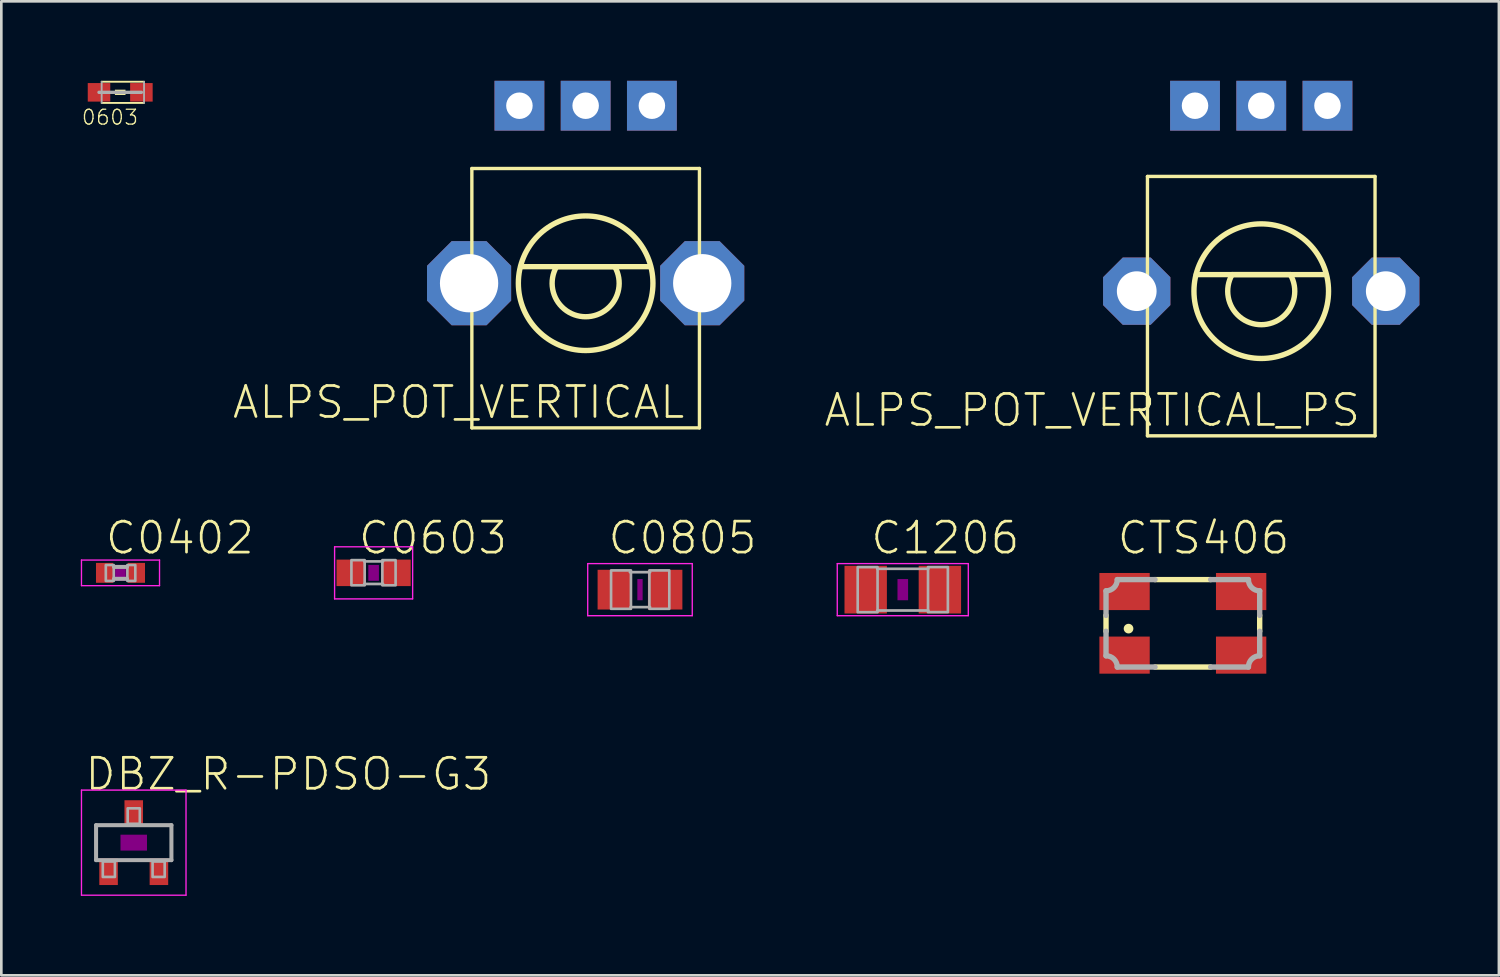
<source format=kicad_pcb>
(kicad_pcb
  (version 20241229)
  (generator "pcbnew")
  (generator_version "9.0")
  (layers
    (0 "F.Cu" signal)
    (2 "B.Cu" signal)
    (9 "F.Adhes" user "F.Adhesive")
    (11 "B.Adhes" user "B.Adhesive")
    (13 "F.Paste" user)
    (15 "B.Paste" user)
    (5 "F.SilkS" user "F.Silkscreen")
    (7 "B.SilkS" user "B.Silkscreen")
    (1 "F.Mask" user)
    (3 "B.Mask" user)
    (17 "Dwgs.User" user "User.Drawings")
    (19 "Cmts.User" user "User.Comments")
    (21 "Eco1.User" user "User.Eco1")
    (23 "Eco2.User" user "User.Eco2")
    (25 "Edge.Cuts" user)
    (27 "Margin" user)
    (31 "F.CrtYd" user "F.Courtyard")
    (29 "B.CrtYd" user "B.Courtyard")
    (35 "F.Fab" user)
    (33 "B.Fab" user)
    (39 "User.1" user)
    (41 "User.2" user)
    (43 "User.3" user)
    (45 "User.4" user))
  (footprint "C1206"
    (layer "F.Cu")
    (at 31.025 19.206)
    (property "Reference" "C1206" (at -1.27 -1.27 0) (layer "F.SilkS") (effects (font (size 1.168 1.168) (thickness 0.102)) (justify left bottom)))
    (fp_poly (pts (xy -0.2 0.4) (xy 0.2 0.4) (xy 0.2 -0.4) (xy -0.2 -0.4)) (stroke (width 0) (type solid)) (fill yes) (layer "F.Adhes"))
    (fp_line (start -2.473 -0.983) (end 2.473 -0.983) (stroke (width 0.051) (type solid)) (layer "F.CrtYd"))
    (fp_line (start -2.473 0.983) (end -2.473 -0.983) (stroke (width 0.051) (type solid)) (layer "F.CrtYd"))
    (fp_line (start 2.473 -0.983) (end 2.473 0.983) (stroke (width 0.051) (type solid)) (layer "F.CrtYd"))
    (fp_line (start 2.473 0.983) (end -2.473 0.983) (stroke (width 0.051) (type solid)) (layer "F.CrtYd"))
    (fp_line (start -0.965 -0.787) (end 0.965 -0.787) (stroke (width 0.102) (type solid)) (layer "F.Fab"))
    (fp_line (start -0.965 0.787) (end 0.965 0.787) (stroke (width 0.102) (type solid)) (layer "F.Fab"))
    (fp_poly (pts (xy -1.702 0.851) (xy -0.952 0.851) (xy -0.952 -0.849) (xy -1.702 -0.849)) (stroke (width 0.1) (type solid)) (fill no) (layer "F.Fab"))
    (fp_poly (pts (xy 0.952 0.849) (xy 1.702 0.849) (xy 1.702 -0.851) (xy 0.952 -0.851)) (stroke (width 0.1) (type solid)) (fill no) (layer "F.Fab"))
    (pad "1" smd rect (at -1.4 0) (size 1.6 1.8) (layers "F.Cu" "F.Mask" "F.Paste"))
    (pad "2" smd rect (at 1.4 0) (size 1.6 1.8) (layers "F.Cu" "F.Mask" "F.Paste")))
  (footprint "C0603"
    (layer "F.Cu")
    (at 11.052 18.572)
    (property "Reference" "C0603" (at -0.635 -0.635 0) (layer "F.SilkS") (effects (font (size 1.168 1.168) (thickness 0.102)) (justify left bottom)))
    (fp_poly (pts (xy -0.2 0.3) (xy 0.2 0.3) (xy 0.2 -0.3) (xy -0.2 -0.3)) (stroke (width 0) (type solid)) (fill yes) (layer "F.Adhes"))
    (fp_line (start -1.473 -0.983) (end 1.473 -0.983) (stroke (width 0.051) (type solid)) (layer "F.CrtYd"))
    (fp_line (start -1.473 0.983) (end -1.473 -0.983) (stroke (width 0.051) (type solid)) (layer "F.CrtYd"))
    (fp_line (start 1.473 -0.983) (end 1.473 0.983) (stroke (width 0.051) (type solid)) (layer "F.CrtYd"))
    (fp_line (start 1.473 0.983) (end -1.473 0.983) (stroke (width 0.051) (type solid)) (layer "F.CrtYd"))
    (fp_line (start -0.356 -0.432) (end 0.356 -0.432) (stroke (width 0.102) (type solid)) (layer "F.Fab"))
    (fp_line (start -0.356 0.419) (end 0.356 0.419) (stroke (width 0.102) (type solid)) (layer "F.Fab"))
    (fp_poly (pts (xy -0.838 0.47) (xy -0.338 0.47) (xy -0.338 -0.48) (xy -0.838 -0.48)) (stroke (width 0.1) (type solid)) (fill no) (layer "F.Fab"))
    (fp_poly (pts (xy 0.33 0.47) (xy 0.83 0.47) (xy 0.83 -0.48) (xy 0.33 -0.48)) (stroke (width 0.1) (type solid)) (fill no) (layer "F.Fab"))
    (pad "1" smd rect (at -0.85 0) (size 1.1 1) (layers "F.Cu" "F.Mask" "F.Paste"))
    (pad "2" smd rect (at 0.85 0) (size 1.1 1) (layers "F.Cu" "F.Mask" "F.Paste")))
  (footprint "DBZ_R-PDSO-G3"
    (layer "F.Cu")
    (at 1.998 28.755)
    (property "Reference" "DBZ_R-PDSO-G3" (at -1.905 -1.905 0) (layer "F.SilkS") (effects (font (size 1.168 1.168) (thickness 0.102)) (justify left bottom)))
    (fp_poly (pts (xy -0.5 0.3) (xy 0.5 0.3) (xy 0.5 -0.3) (xy -0.5 -0.3)) (stroke (width 0) (type solid)) (fill yes) (layer "F.Adhes"))
    (fp_line (start -1.973 -1.983) (end 1.973 -1.983) (stroke (width 0.051) (type solid)) (layer "F.CrtYd"))
    (fp_line (start -1.973 1.983) (end -1.973 -1.983) (stroke (width 0.051) (type solid)) (layer "F.CrtYd"))
    (fp_line (start 1.973 -1.983) (end 1.973 1.983) (stroke (width 0.051) (type solid)) (layer "F.CrtYd"))
    (fp_line (start 1.973 1.983) (end -1.973 1.983) (stroke (width 0.051) (type solid)) (layer "F.CrtYd"))
    (fp_line (start -1.422 -0.66) (end 1.422 -0.66) (stroke (width 0.152) (type solid)) (layer "F.Fab"))
    (fp_line (start -1.422 0.66) (end -1.422 -0.66) (stroke (width 0.152) (type solid)) (layer "F.Fab"))
    (fp_line (start 1.422 -0.66) (end 1.422 0.66) (stroke (width 0.152) (type solid)) (layer "F.Fab"))
    (fp_line (start 1.422 0.66) (end -1.422 0.66) (stroke (width 0.152) (type solid)) (layer "F.Fab"))
    (fp_poly (pts (xy -1.168 1.295) (xy -0.711 1.295) (xy -0.711 0.711) (xy -1.168 0.711)) (stroke (width 0.1) (type solid)) (fill no) (layer "F.Fab"))
    (fp_poly (pts (xy -0.229 -0.711) (xy 0.229 -0.711) (xy 0.229 -1.295) (xy -0.229 -1.295)) (stroke (width 0.1) (type solid)) (fill no) (layer "F.Fab"))
    (fp_poly (pts (xy 0.711 1.295) (xy 1.168 1.295) (xy 1.168 0.711) (xy 0.711 0.711)) (stroke (width 0.1) (type solid)) (fill no) (layer "F.Fab"))
    (pad "1" smd rect (at -0.95 1.1) (size 0.7 1) (layers "F.Cu" "F.Mask" "F.Paste"))
    (pad "2" smd rect (at 0.95 1.1) (size 0.7 1) (layers "F.Cu" "F.Mask" "F.Paste"))
    (pad "3" smd rect (at 0 -1.1) (size 0.7 1) (layers "F.Cu" "F.Mask" "F.Paste")))
  (footprint "ALPS_POT_VERTICAL"
    (layer "F.Cu")
    (at 19.055 7.64)
    (property "Reference" "ALPS_POT_VERTICAL" (at 3.81 3.81 0) (layer "F.SilkS") (effects (font (size 1.168 1.168) (thickness 0.102)) (justify right top)))
    (fp_line (start -4.295 -4.33) (end 4.295 -4.33) (stroke (width 0.127) (type solid)) (layer "F.SilkS"))
    (fp_line (start -4.295 5.46) (end -4.295 -4.33) (stroke (width 0.127) (type solid)) (layer "F.SilkS"))
    (fp_line (start -2.45 -0.625) (end 2.425 -0.625) (stroke (width 0.203) (type solid)) (layer "F.SilkS"))
    (fp_line (start -1.1 -0.625) (end 1.1 -0.625) (stroke (width 0.203) (type solid)) (layer "F.SilkS"))
    (fp_line (start 4.295 -4.33) (end 4.295 5.46) (stroke (width 0.127) (type solid)) (layer "F.SilkS"))
    (fp_line (start 4.295 5.46) (end -4.295 5.46) (stroke (width 0.127) (type solid)) (layer "F.SilkS"))
    (fp_arc (start 1.1 -0.625) (mid 0 1.265158) (end -1.1 -0.625) (stroke (width 0.2032) (type solid)) (layer "F.SilkS"))
    (fp_circle (center 0 0) (end 2.54 0) (stroke (width 0.203) (type solid)) (fill no) (layer "F.SilkS"))
    (pad "P$1" thru_hole rect (at -2.5 -6.7 270) (size 1.88 1.88) (drill 1) (layers "*.Cu" "*.Mask"))
    (pad "P$2" thru_hole rect (at 0 -6.7 270) (size 1.88 1.88) (drill 1) (layers "*.Cu" "*.Mask"))
    (pad "P$3" thru_hole rect (at 2.5 -6.7 270) (size 1.88 1.88) (drill 1) (layers "*.Cu" "*.Mask"))
    (pad "P$4" thru_hole roundrect (at -4.4 0 270) (size 3.175 3.175) (drill 2.2) (layers "*.Cu" "*.Mask") (roundrect_rratio 0.25) (chamfer_ratio 0.293) (chamfer top_left top_right bottom_left bottom_right))
    (pad "P$5" thru_hole roundrect (at 4.4 0 270) (size 3.175 3.175) (drill 2.2) (layers "*.Cu" "*.Mask") (roundrect_rratio 0.25) (chamfer_ratio 0.293) (chamfer top_left top_right bottom_left bottom_right)))
  (footprint "ALPS_POT_VERTICAL_PS"
    (layer "F.Cu")
    (at 44.555 7.94)
    (property "Reference" "ALPS_POT_VERTICAL_PS" (at 3.81 3.81 0) (layer "F.SilkS") (effects (font (size 1.168 1.168) (thickness 0.102)) (justify right top)))
    (fp_line (start -4.295 -4.33) (end 4.295 -4.33) (stroke (width 0.127) (type solid)) (layer "F.SilkS"))
    (fp_line (start -4.295 5.46) (end -4.295 -4.33) (stroke (width 0.127) (type solid)) (layer "F.SilkS"))
    (fp_line (start -2.45 -0.625) (end 2.425 -0.625) (stroke (width 0.203) (type solid)) (layer "F.SilkS"))
    (fp_line (start -1.1 -0.625) (end 1.1 -0.625) (stroke (width 0.203) (type solid)) (layer "F.SilkS"))
    (fp_line (start 4.295 -4.33) (end 4.295 5.46) (stroke (width 0.127) (type solid)) (layer "F.SilkS"))
    (fp_line (start 4.295 5.46) (end -4.295 5.46) (stroke (width 0.127) (type solid)) (layer "F.SilkS"))
    (fp_arc (start 1.1 -0.625) (mid 0 1.265158) (end -1.1 -0.625) (stroke (width 0.2032) (type solid)) (layer "F.SilkS"))
    (fp_circle (center 0 0) (end 2.54 0) (stroke (width 0.203) (type solid)) (fill no) (layer "F.SilkS"))
    (pad "P$1" thru_hole rect (at -2.5 -7 270) (size 1.88 1.88) (drill 1) (layers "*.Cu" "*.Mask"))
    (pad "P$2" thru_hole rect (at 0 -7 270) (size 1.88 1.88) (drill 1) (layers "*.Cu" "*.Mask"))
    (pad "P$3" thru_hole rect (at 2.5 -7 270) (size 1.88 1.88) (drill 1) (layers "*.Cu" "*.Mask"))
    (pad "P$4" thru_hole roundrect (at -4.7 0 270) (size 2.54 2.54) (drill 1.5) (layers "*.Cu" "*.Mask") (roundrect_rratio 0.25) (chamfer_ratio 0.293) (chamfer top_left top_right bottom_left bottom_right))
    (pad "P$5" thru_hole roundrect (at 4.7 0 270) (size 2.54 2.54) (drill 1.5) (layers "*.Cu" "*.Mask") (roundrect_rratio 0.25) (chamfer_ratio 0.293) (chamfer top_left top_right bottom_left bottom_right)))
  (footprint "C0805"
    (layer "F.Cu")
    (at 21.106 19.206)
    (property "Reference" "C0805" (at -1.27 -1.27 0) (layer "F.SilkS") (effects (font (size 1.168 1.168) (thickness 0.102)) (justify left bottom)))
    (fp_poly (pts (xy -0.1 0.4) (xy 0.1 0.4) (xy 0.1 -0.4) (xy -0.1 -0.4)) (stroke (width 0) (type solid)) (fill yes) (layer "F.Adhes"))
    (fp_line (start -1.973 -0.983) (end 1.973 -0.983) (stroke (width 0.051) (type solid)) (layer "F.CrtYd"))
    (fp_line (start -1.973 0.983) (end -1.973 -0.983) (stroke (width 0.051) (type solid)) (layer "F.CrtYd"))
    (fp_line (start 1.973 -0.983) (end 1.973 0.983) (stroke (width 0.051) (type solid)) (layer "F.CrtYd"))
    (fp_line (start 1.973 0.983) (end -1.973 0.983) (stroke (width 0.051) (type solid)) (layer "F.CrtYd"))
    (fp_line (start -0.381 -0.66) (end 0.381 -0.66) (stroke (width 0.102) (type solid)) (layer "F.Fab"))
    (fp_line (start -0.356 0.66) (end 0.381 0.66) (stroke (width 0.102) (type solid)) (layer "F.Fab"))
    (fp_poly (pts (xy -1.092 0.724) (xy -0.342 0.724) (xy -0.342 -0.726) (xy -1.092 -0.726)) (stroke (width 0.1) (type solid)) (fill no) (layer "F.Fab"))
    (fp_poly (pts (xy 0.356 0.724) (xy 1.106 0.724) (xy 1.106 -0.726) (xy 0.356 -0.726)) (stroke (width 0.1) (type solid)) (fill no) (layer "F.Fab"))
    (pad "1" smd rect (at -0.95 0) (size 1.3 1.5) (layers "F.Cu" "F.Mask" "F.Paste"))
    (pad "2" smd rect (at 0.95 0) (size 1.3 1.5) (layers "F.Cu" "F.Mask" "F.Paste")))
  (footprint "CTS406"
    (layer "F.Cu")
    (at 41.596 20.477)
    (property "Reference" "CTS406" (at -2.54 -2.54 0) (layer "F.SilkS") (effects (font (size 1.168 1.168) (thickness 0.102)) (justify left bottom)))
    (fp_line (start -2.9 0.3) (end -2.9 -0.3) (stroke (width 0.203) (type solid)) (layer "F.SilkS"))
    (fp_line (start -1.05 -1.65) (end 1.05 -1.65) (stroke (width 0.203) (type solid)) (layer "F.SilkS"))
    (fp_line (start 1.05 1.65) (end -1.05 1.65) (stroke (width 0.203) (type solid)) (layer "F.SilkS"))
    (fp_line (start 2.9 -0.3) (end 2.9 0.3) (stroke (width 0.203) (type solid)) (layer "F.SilkS"))
    (fp_circle (center -2.05 0.2) (end -1.959 0.2) (stroke (width 0.182) (type solid)) (fill yes) (layer "F.SilkS"))
    (fp_line (start -2.9 -0.3) (end -2.9 -1.225) (stroke (width 0.203) (type solid)) (layer "F.Fab"))
    (fp_line (start -2.9 1.225) (end -2.9 0.3) (stroke (width 0.203) (type solid)) (layer "F.Fab"))
    (fp_line (start -2.475 -1.65) (end -1.05 -1.65) (stroke (width 0.203) (type solid)) (layer "F.Fab"))
    (fp_line (start -1.05 1.65) (end -2.475 1.65) (stroke (width 0.203) (type solid)) (layer "F.Fab"))
    (fp_line (start 1.05 -1.65) (end 2.475 -1.65) (stroke (width 0.203) (type solid)) (layer "F.Fab"))
    (fp_line (start 2.475 1.65) (end 1.05 1.65) (stroke (width 0.203) (type solid)) (layer "F.Fab"))
    (fp_line (start 2.9 -1.225) (end 2.9 -0.3) (stroke (width 0.203) (type solid)) (layer "F.Fab"))
    (fp_line (start 2.9 0.3) (end 2.9 1.225) (stroke (width 0.203) (type solid)) (layer "F.Fab"))
    (fp_arc (start -2.899998 1.225) (mid -2.600003 1.350005) (end -2.475 1.65) (stroke (width 0.2032) (type solid)) (layer "F.Fab"))
    (fp_arc (start -2.475 -1.649998) (mid -2.600005 -1.350003) (end -2.9 -1.225) (stroke (width 0.2032) (type solid)) (layer "F.Fab"))
    (fp_arc (start 2.475 1.649998) (mid 2.600005 1.350003) (end 2.9 1.225) (stroke (width 0.2032) (type solid)) (layer "F.Fab"))
    (fp_arc (start 2.899998 -1.225) (mid 2.600003 -1.350005) (end 2.475 -1.65) (stroke (width 0.2032) (type solid)) (layer "F.Fab"))
    (pad "1" smd rect (at -2.2 1.2) (size 1.9 1.4) (layers "F.Cu" "F.Mask" "F.Paste"))
    (pad "2" smd rect (at 2.2 1.2) (size 1.9 1.4) (layers "F.Cu" "F.Mask" "F.Paste"))
    (pad "3" smd rect (at 2.2 -1.2) (size 1.9 1.4) (layers "F.Cu" "F.Mask" "F.Paste"))
    (pad "4" smd rect (at -2.2 -1.2) (size 1.9 1.4) (layers "F.Cu" "F.Mask" "F.Paste")))
  (footprint "C0402"
    (layer "F.Cu")
    (at 1.498 18.572)
    (property "Reference" "C0402" (at -0.635 -0.635 0) (layer "F.SilkS") (effects (font (size 1.168 1.168) (thickness 0.102)) (justify left bottom)))
    (fp_poly (pts (xy -0.2 0.3) (xy 0.2 0.3) (xy 0.2 -0.3) (xy -0.2 -0.3)) (stroke (width 0) (type solid)) (fill yes) (layer "F.Adhes"))
    (fp_line (start -1.473 -0.483) (end 1.473 -0.483) (stroke (width 0.051) (type solid)) (layer "F.CrtYd"))
    (fp_line (start -1.473 0.483) (end -1.473 -0.483) (stroke (width 0.051) (type solid)) (layer "F.CrtYd"))
    (fp_line (start 1.473 -0.483) (end 1.473 0.483) (stroke (width 0.051) (type solid)) (layer "F.CrtYd"))
    (fp_line (start 1.473 0.483) (end -1.473 0.483) (stroke (width 0.051) (type solid)) (layer "F.CrtYd"))
    (fp_line (start -0.245 -0.224) (end 0.245 -0.224) (stroke (width 0.152) (type solid)) (layer "F.Fab"))
    (fp_line (start 0.245 0.224) (end -0.245 0.224) (stroke (width 0.152) (type solid)) (layer "F.Fab"))
    (fp_poly (pts (xy -0.554 0.305) (xy -0.254 0.305) (xy -0.254 -0.295) (xy -0.554 -0.295)) (stroke (width 0.1) (type solid)) (fill no) (layer "F.Fab"))
    (fp_poly (pts (xy 0.259 0.305) (xy 0.559 0.305) (xy 0.559 -0.295) (xy 0.259 -0.295)) (stroke (width 0.1) (type solid)) (fill no) (layer "F.Fab"))
    (pad "1" smd rect (at -0.6 0) (size 0.65 0.75) (layers "F.Cu" "F.Mask" "F.Paste"))
    (pad "2" smd rect (at 0.6 0) (size 0.65 0.75) (layers "F.Cu" "F.Mask" "F.Paste")))
  (footprint "0603"
    (layer "F.Cu")
    (at 1.587 0.435)
    (property "Reference" "0603" (at -1.587 1.27 0) (layer "F.SilkS") (effects (font (size 0.561 0.561) (thickness 0.049)) (justify left bottom)))
    (fp_line (start -0.8 -0.4) (end 0.8 -0.4) (stroke (width 0.07) (type solid)) (layer "F.SilkS"))
    (fp_line (start 0.8 0.4) (end -0.8 0.4) (stroke (width 0.07) (type solid)) (layer "F.SilkS"))
    (fp_poly (pts (xy -0.3 0.1) (xy 0.1 0.1) (xy 0.1 -0.1) (xy -0.3 -0.1)) (stroke (width 0) (type solid)) (fill yes) (layer "F.SilkS"))
    (fp_line (start -0.9 0) (end 0.7 0) (stroke (width 0.127) (type solid)) (layer "F.Fab"))
    (fp_line (start -0.8 0.4) (end -0.8 -0.4) (stroke (width 0.07) (type solid)) (layer "F.Fab"))
    (fp_line (start 0.8 -0.4) (end 0.8 0.4) (stroke (width 0.07) (type solid)) (layer "F.Fab"))
    (pad "1" smd rect (at -0.9 0) (size 0.85 0.7) (layers "F.Cu" "F.Mask" "F.Paste"))
    (pad "2" smd rect (at 0.7 0) (size 0.85 0.7) (layers "F.Cu" "F.Mask" "F.Paste")))
  (gr_rect
    (start -3 -3)
    (end 53.525 33.763)
    (stroke (width 0.1) (type default))
    (fill no)
    (layer "Edge.Cuts")))
</source>
